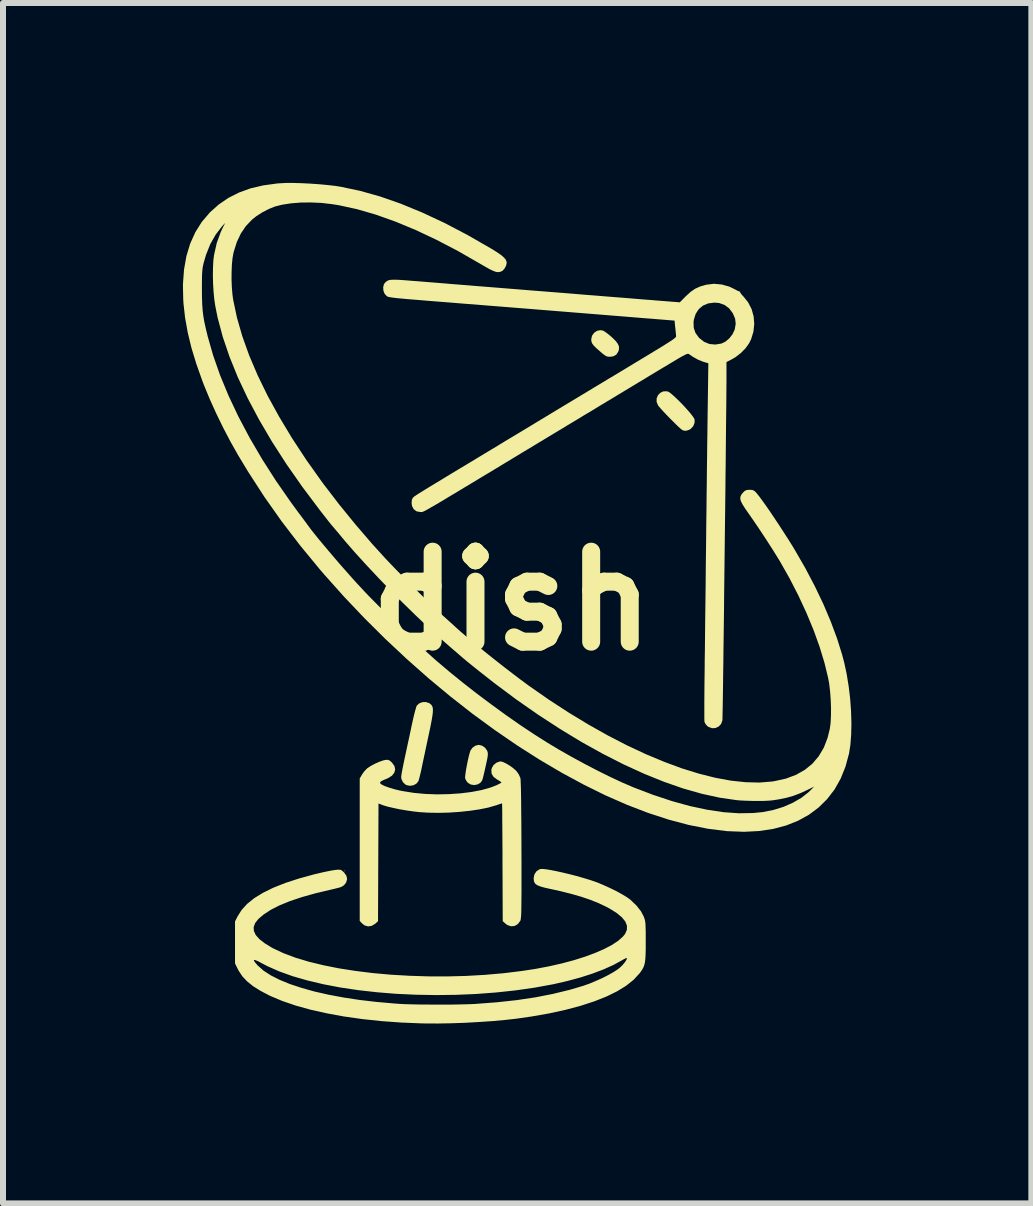
<source format=kicad_pcb>
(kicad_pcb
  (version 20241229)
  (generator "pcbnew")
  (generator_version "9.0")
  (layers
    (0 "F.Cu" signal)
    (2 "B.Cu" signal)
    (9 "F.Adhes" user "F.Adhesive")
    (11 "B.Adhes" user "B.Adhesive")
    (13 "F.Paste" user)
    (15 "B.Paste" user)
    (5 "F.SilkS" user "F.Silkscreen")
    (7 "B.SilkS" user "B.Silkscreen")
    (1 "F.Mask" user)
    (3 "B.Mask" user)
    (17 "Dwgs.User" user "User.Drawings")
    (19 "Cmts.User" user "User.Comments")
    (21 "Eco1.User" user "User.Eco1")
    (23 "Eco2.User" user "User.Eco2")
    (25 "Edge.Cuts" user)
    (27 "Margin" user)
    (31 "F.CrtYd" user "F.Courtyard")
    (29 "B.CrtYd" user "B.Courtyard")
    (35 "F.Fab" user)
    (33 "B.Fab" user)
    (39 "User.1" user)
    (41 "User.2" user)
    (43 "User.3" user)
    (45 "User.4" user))
  (footprint "dish"
    (layer "F.Cu")
    (at 5.484 6.969)
    (property "Reference" "dish" (at 0 0 0) (layer "F.SilkS") (effects (font (size 1.5 1.5) (thickness 0.3))))
    (attr board_only exclude_from_pos_files exclude_from_bom)
    (fp_poly (pts (xy -2.777 4.5) (xy -2.784 4.507) (xy -2.792 4.5) (xy -2.784 4.493)) (stroke (width 0) (type solid)) (fill yes) (layer "F.SilkS"))
    (fp_poly (pts (xy 1.52 -4.507) (xy 1.549 -4.49) (xy 1.592 -4.459) (xy 1.641 -4.419) (xy 1.667 -4.397) (xy 1.729 -4.336) (xy 1.768 -4.284) (xy 1.786 -4.238) (xy 1.784 -4.191) (xy 1.773 -4.157) (xy 1.741 -4.107) (xy 1.692 -4.079) (xy 1.633 -4.071) (xy 1.602 -4.073) (xy 1.574 -4.081) (xy 1.544 -4.099) (xy 1.503 -4.131) (xy 1.462 -4.167) (xy 1.403 -4.219) (xy 1.364 -4.258) (xy 1.34 -4.29) (xy 1.327 -4.32) (xy 1.323 -4.353) (xy 1.323 -4.366) (xy 1.336 -4.423) (xy 1.37 -4.47) (xy 1.418 -4.503) (xy 1.474 -4.515)) (stroke (width 0) (type solid)) (fill yes) (layer "F.SilkS"))
    (fp_poly (pts (xy 2.602 -3.491) (xy 2.631 -3.475) (xy 2.674 -3.44) (xy 2.728 -3.391) (xy 2.788 -3.333) (xy 2.85 -3.27) (xy 2.909 -3.205) (xy 2.963 -3.144) (xy 3.006 -3.09) (xy 3.035 -3.048) (xy 3.046 -3.025) (xy 3.045 -2.969) (xy 3.022 -2.913) (xy 2.982 -2.87) (xy 2.957 -2.855) (xy 2.911 -2.839) (xy 2.877 -2.838) (xy 2.842 -2.849) (xy 2.823 -2.863) (xy 2.787 -2.895) (xy 2.74 -2.939) (xy 2.686 -2.993) (xy 2.628 -3.051) (xy 2.571 -3.11) (xy 2.519 -3.165) (xy 2.476 -3.213) (xy 2.445 -3.249) (xy 2.436 -3.262) (xy 2.412 -3.32) (xy 2.413 -3.377) (xy 2.434 -3.429) (xy 2.472 -3.469) (xy 2.522 -3.494) (xy 2.582 -3.496)) (stroke (width 0) (type solid)) (fill yes) (layer "F.SilkS"))
    (fp_poly (pts (xy -0.498 2.412) (xy -0.448 2.446) (xy -0.414 2.493) (xy -0.413 2.495) (xy -0.405 2.518) (xy -0.401 2.541) (xy -0.402 2.57) (xy -0.407 2.611) (xy -0.419 2.67) (xy -0.436 2.748) (xy -0.453 2.824) (xy -0.469 2.892) (xy -0.482 2.946) (xy -0.492 2.98) (xy -0.493 2.986) (xy -0.524 3.03) (xy -0.572 3.058) (xy -0.629 3.069) (xy -0.685 3.06) (xy -0.732 3.033) (xy -0.761 2.997) (xy -0.779 2.959) (xy -0.779 2.958) (xy -0.78 2.93) (xy -0.774 2.88) (xy -0.765 2.815) (xy -0.751 2.741) (xy -0.736 2.665) (xy -0.72 2.594) (xy -0.704 2.534) (xy -0.69 2.491) (xy -0.69 2.491) (xy -0.658 2.447) (xy -0.61 2.413) (xy -0.556 2.399) (xy -0.552 2.399)) (stroke (width 0) (type solid)) (fill yes) (layer "F.SilkS"))
    (fp_poly (pts (xy -1.376 1.704) (xy -1.346 1.728) (xy -1.331 1.749) (xy -1.321 1.775) (xy -1.317 1.808) (xy -1.318 1.853) (xy -1.325 1.912) (xy -1.338 1.99) (xy -1.357 2.089) (xy -1.381 2.203) (xy -1.405 2.315) (xy -1.43 2.432) (xy -1.454 2.546) (xy -1.476 2.649) (xy -1.494 2.734) (xy -1.499 2.759) (xy -1.515 2.836) (xy -1.532 2.906) (xy -1.546 2.962) (xy -1.556 2.997) (xy -1.559 3.004) (xy -1.593 3.046) (xy -1.644 3.073) (xy -1.703 3.081) (xy -1.761 3.068) (xy -1.772 3.062) (xy -1.816 3.022) (xy -1.842 2.967) (xy -1.846 2.934) (xy -1.843 2.907) (xy -1.835 2.857) (xy -1.822 2.79) (xy -1.806 2.71) (xy -1.789 2.628) (xy -1.766 2.522) (xy -1.74 2.4) (xy -1.712 2.271) (xy -1.686 2.148) (xy -1.67 2.072) (xy -1.65 1.981) (xy -1.631 1.899) (xy -1.613 1.83) (xy -1.598 1.778) (xy -1.588 1.749) (xy -1.587 1.746) (xy -1.545 1.707) (xy -1.491 1.686) (xy -1.431 1.685)) (stroke (width 0) (type solid)) (fill yes) (layer "F.SilkS"))
    (fp_poly (pts (xy -2.043 2.657) (xy -2.012 2.682) (xy -2 2.694) (xy -1.959 2.75) (xy -1.946 2.807) (xy -1.96 2.862) (xy -1.999 2.912) (xy -2.063 2.953) (xy -2.092 2.965) (xy -2.153 2.991) (xy -2.188 3.011) (xy -2.199 3.03) (xy -2.188 3.049) (xy -2.175 3.058) (xy -2.126 3.083) (xy -2.055 3.109) (xy -1.967 3.136) (xy -1.869 3.16) (xy -1.817 3.17) (xy -1.635 3.199) (xy -1.442 3.217) (xy -1.245 3.224) (xy -1.048 3.22) (xy -0.856 3.207) (xy -0.673 3.184) (xy -0.505 3.152) (xy -0.356 3.11) (xy -0.258 3.072) (xy -0.215 3.051) (xy -0.185 3.035) (xy -0.174 3.026) (xy -0.186 3.014) (xy -0.216 2.994) (xy -0.246 2.977) (xy -0.306 2.932) (xy -0.338 2.88) (xy -0.343 2.82) (xy -0.334 2.783) (xy -0.304 2.733) (xy -0.256 2.695) (xy -0.201 2.676) (xy -0.188 2.675) (xy -0.149 2.684) (xy -0.097 2.709) (xy -0.038 2.744) (xy 0.018 2.784) (xy 0.066 2.826) (xy 0.075 2.835) (xy 0.113 2.888) (xy 0.139 2.945) (xy 0.142 2.955) (xy 0.145 2.981) (xy 0.147 3.035) (xy 0.15 3.116) (xy 0.152 3.221) (xy 0.154 3.349) (xy 0.155 3.5) (xy 0.157 3.67) (xy 0.158 3.86) (xy 0.159 4.068) (xy 0.159 4.153) (xy 0.16 4.364) (xy 0.16 4.548) (xy 0.16 4.707) (xy 0.16 4.842) (xy 0.159 4.956) (xy 0.158 5.051) (xy 0.157 5.128) (xy 0.156 5.189) (xy 0.154 5.237) (xy 0.151 5.273) (xy 0.148 5.299) (xy 0.145 5.318) (xy 0.141 5.33) (xy 0.139 5.334) (xy 0.097 5.388) (xy 0.044 5.418) (xy -0.016 5.423) (xy -0.076 5.402) (xy -0.105 5.381) (xy -0.153 5.338) (xy -0.157 4.356) (xy -0.157 4.19) (xy -0.158 4.032) (xy -0.159 3.886) (xy -0.16 3.754) (xy -0.161 3.637) (xy -0.161 3.539) (xy -0.162 3.461) (xy -0.163 3.407) (xy -0.164 3.378) (xy -0.164 3.373) (xy -0.178 3.378) (xy -0.213 3.389) (xy -0.262 3.406) (xy -0.276 3.41) (xy -0.397 3.445) (xy -0.541 3.474) (xy -0.702 3.498) (xy -0.874 3.516) (xy -1.051 3.528) (xy -1.228 3.532) (xy -1.399 3.529) (xy -1.541 3.52) (xy -1.646 3.508) (xy -1.757 3.492) (xy -1.869 3.473) (xy -1.974 3.451) (xy -2.066 3.43) (xy -2.137 3.409) (xy -2.152 3.404) (xy -2.224 3.376) (xy -2.228 4.357) (xy -2.232 5.338) (xy -2.279 5.381) (xy -2.337 5.416) (xy -2.398 5.425) (xy -2.457 5.408) (xy -2.494 5.379) (xy -2.537 5.334) (xy -2.537 4.146) (xy -2.537 2.959) (xy -2.498 2.892) (xy -2.464 2.844) (xy -2.423 2.8) (xy -2.407 2.786) (xy -2.351 2.749) (xy -2.283 2.713) (xy -2.211 2.681) (xy -2.146 2.658) (xy -2.109 2.65) (xy -2.071 2.648)) (stroke (width 0) (type solid)) (fill yes) (layer "F.SilkS"))
    (fp_poly (pts (xy 0.57 4.473) (xy 0.649 4.486) (xy 0.744 4.505) (xy 0.849 4.528) (xy 0.962 4.555) (xy 1.078 4.585) (xy 1.193 4.618) (xy 1.303 4.651) (xy 1.33 4.66) (xy 1.427 4.694) (xy 1.531 4.738) (xy 1.639 4.787) (xy 1.743 4.838) (xy 1.837 4.89) (xy 1.916 4.938) (xy 1.975 4.98) (xy 1.978 4.983) (xy 2.079 5.08) (xy 2.153 5.175) (xy 2.199 5.263) (xy 2.209 5.291) (xy 2.217 5.319) (xy 2.223 5.351) (xy 2.227 5.392) (xy 2.229 5.447) (xy 2.231 5.519) (xy 2.231 5.614) (xy 2.231 5.67) (xy 2.231 5.791) (xy 2.229 5.886) (xy 2.225 5.962) (xy 2.218 6.021) (xy 2.207 6.07) (xy 2.191 6.111) (xy 2.169 6.15) (xy 2.141 6.191) (xy 2.125 6.211) (xy 2.029 6.315) (xy 1.905 6.414) (xy 1.754 6.507) (xy 1.577 6.594) (xy 1.375 6.674) (xy 1.148 6.748) (xy 0.897 6.815) (xy 0.624 6.875) (xy 0.328 6.927) (xy 0.071 6.964) (xy -0.117 6.985) (xy -0.326 7.004) (xy -0.55 7.019) (xy -0.78 7.032) (xy -1.01 7.04) (xy -1.232 7.044) (xy -1.438 7.043) (xy -1.505 7.042) (xy -1.845 7.028) (xy -2.175 7.004) (xy -2.494 6.97) (xy -2.799 6.927) (xy -3.087 6.874) (xy -3.356 6.814) (xy -3.604 6.745) (xy -3.829 6.668) (xy -4.028 6.584) (xy -4.037 6.58) (xy -4.188 6.501) (xy -4.313 6.423) (xy -4.414 6.342) (xy -4.494 6.257) (xy -4.554 6.166) (xy -4.568 6.14) (xy -4.616 6.042) (xy -4.616 5.984) (xy -4.3 5.984) (xy -4.3 5.999) (xy -4.277 6.032) (xy -4.233 6.082) (xy -4.232 6.082) (xy -4.139 6.164) (xy -4.018 6.242) (xy -3.872 6.316) (xy -3.701 6.386) (xy -3.508 6.45) (xy -3.294 6.51) (xy -3.061 6.563) (xy -2.809 6.61) (xy -2.541 6.651) (xy -2.259 6.684) (xy -1.963 6.71) (xy -1.883 6.716) (xy -1.793 6.721) (xy -1.68 6.724) (xy -1.549 6.727) (xy -1.406 6.728) (xy -1.257 6.729) (xy -1.107 6.729) (xy -0.962 6.728) (xy -0.827 6.725) (xy -0.71 6.722) (xy -0.614 6.718) (xy -0.603 6.717) (xy -0.249 6.69) (xy 0.082 6.654) (xy 0.39 6.608) (xy 0.681 6.551) (xy 0.957 6.484) (xy 1.185 6.417) (xy 1.288 6.381) (xy 1.396 6.336) (xy 1.504 6.288) (xy 1.605 6.237) (xy 1.695 6.186) (xy 1.766 6.14) (xy 1.8 6.113) (xy 1.844 6.07) (xy 1.881 6.026) (xy 1.907 5.987) (xy 1.917 5.96) (xy 1.915 5.952) (xy 1.9 5.955) (xy 1.868 5.971) (xy 1.835 5.99) (xy 1.694 6.067) (xy 1.528 6.142) (xy 1.34 6.213) (xy 1.134 6.279) (xy 0.914 6.338) (xy 0.691 6.389) (xy 0.38 6.446) (xy 0.059 6.492) (xy -0.268 6.527) (xy -0.601 6.552) (xy -0.935 6.566) (xy -1.27 6.57) (xy -1.602 6.564) (xy -1.929 6.549) (xy -2.249 6.523) (xy -2.559 6.488) (xy -2.857 6.444) (xy -3.14 6.39) (xy -3.406 6.327) (xy -3.653 6.256) (xy -3.877 6.176) (xy -4.078 6.087) (xy -4.162 6.043) (xy -4.231 6.006) (xy -4.277 5.987) (xy -4.3 5.984) (xy -4.616 5.984) (xy -4.616 5.692) (xy -4.616 5.343) (xy -4.574 5.259) (xy -4.506 5.151) (xy -4.414 5.05) (xy -4.295 4.954) (xy -4.15 4.865) (xy -3.979 4.781) (xy -3.781 4.702) (xy -3.554 4.628) (xy -3.3 4.558) (xy -3.239 4.544) (xy -3.156 4.524) (xy -3.075 4.507) (xy -3.004 4.493) (xy -2.95 4.485) (xy -2.938 4.483) (xy -2.889 4.479) (xy -2.858 4.482) (xy -2.833 4.494) (xy -2.805 4.52) (xy -2.799 4.525) (xy -2.759 4.581) (xy -2.747 4.637) (xy -2.764 4.693) (xy -2.788 4.726) (xy -2.808 4.745) (xy -2.831 4.76) (xy -2.864 4.774) (xy -2.913 4.787) (xy -2.982 4.804) (xy -3.017 4.812) (xy -3.274 4.873) (xy -3.502 4.937) (xy -3.702 5.004) (xy -3.876 5.075) (xy -4.022 5.15) (xy -4.142 5.229) (xy -4.228 5.303) (xy -4.28 5.369) (xy -4.305 5.435) (xy -4.302 5.501) (xy -4.271 5.568) (xy -4.211 5.636) (xy -4.123 5.705) (xy -4.006 5.777) (xy -3.98 5.791) (xy -3.808 5.872) (xy -3.61 5.946) (xy -3.388 6.013) (xy -3.146 6.072) (xy -2.886 6.124) (xy -2.61 6.167) (xy -2.321 6.203) (xy -2.021 6.23) (xy -1.713 6.248) (xy -1.4 6.258) (xy -1.084 6.259) (xy -0.767 6.251) (xy -0.452 6.233) (xy -0.142 6.206) (xy 0.161 6.169) (xy 0.385 6.135) (xy 0.613 6.092) (xy 0.829 6.043) (xy 1.032 5.989) (xy 1.219 5.93) (xy 1.389 5.867) (xy 1.538 5.802) (xy 1.666 5.735) (xy 1.771 5.666) (xy 1.85 5.596) (xy 1.887 5.55) (xy 1.917 5.482) (xy 1.918 5.414) (xy 1.891 5.344) (xy 1.834 5.274) (xy 1.749 5.203) (xy 1.634 5.131) (xy 1.573 5.098) (xy 1.444 5.037) (xy 1.307 4.982) (xy 1.157 4.931) (xy 0.99 4.883) (xy 0.802 4.836) (xy 0.662 4.805) (xy 0.561 4.783) (xy 0.486 4.763) (xy 0.433 4.743) (xy 0.397 4.721) (xy 0.376 4.695) (xy 0.366 4.662) (xy 0.363 4.62) (xy 0.363 4.617) (xy 0.376 4.556) (xy 0.411 4.505) (xy 0.463 4.472) (xy 0.475 4.469) (xy 0.511 4.467)) (stroke (width 0) (type solid)) (fill yes) (layer "F.SilkS"))
    (fp_poly (pts (xy -1.936 -5.356) (xy -1.87 -5.353) (xy -1.783 -5.347) (xy -1.674 -5.338) (xy -1.566 -5.33) (xy -1.447 -5.32) (xy -1.307 -5.309) (xy -1.146 -5.296) (xy -0.968 -5.281) (xy -0.776 -5.266) (xy -0.571 -5.249) (xy -0.356 -5.232) (xy -0.134 -5.214) (xy 0.093 -5.196) (xy 0.323 -5.177) (xy 0.553 -5.159) (xy 0.781 -5.141) (xy 1.004 -5.123) (xy 1.22 -5.105) (xy 1.426 -5.089) (xy 1.62 -5.073) (xy 1.8 -5.059) (xy 1.963 -5.046) (xy 2.106 -5.034) (xy 2.228 -5.024) (xy 2.325 -5.017) (xy 2.392 -5.011) (xy 2.799 -4.979) (xy 2.901 -5.082) (xy 2.98 -5.154) (xy 3.056 -5.206) (xy 3.141 -5.244) (xy 3.239 -5.272) (xy 3.368 -5.288) (xy 3.5 -5.276) (xy 3.629 -5.239) (xy 3.722 -5.193) (xy 3.761 -5.172) (xy 3.79 -5.16) (xy 3.799 -5.159) (xy 3.806 -5.154) (xy 3.804 -5.15) (xy 3.81 -5.135) (xy 3.832 -5.106) (xy 3.859 -5.077) (xy 3.938 -4.979) (xy 3.996 -4.866) (xy 4.03 -4.744) (xy 4.04 -4.616) (xy 4.026 -4.488) (xy 3.988 -4.364) (xy 3.954 -4.296) (xy 3.895 -4.213) (xy 3.817 -4.134) (xy 3.728 -4.065) (xy 3.666 -4.029) (xy 3.577 -3.983) (xy 3.577 -3.784) (xy 3.577 -3.728) (xy 3.577 -3.647) (xy 3.576 -3.543) (xy 3.575 -3.418) (xy 3.574 -3.272) (xy 3.572 -3.109) (xy 3.57 -2.928) (xy 3.568 -2.733) (xy 3.566 -2.525) (xy 3.564 -2.305) (xy 3.561 -2.076) (xy 3.559 -1.838) (xy 3.556 -1.595) (xy 3.553 -1.346) (xy 3.55 -1.095) (xy 3.547 -0.842) (xy 3.544 -0.59) (xy 3.541 -0.34) (xy 3.538 -0.094) (xy 3.536 0.146) (xy 3.533 0.379) (xy 3.53 0.603) (xy 3.527 0.817) (xy 3.525 1.018) (xy 3.522 1.205) (xy 3.52 1.376) (xy 3.518 1.53) (xy 3.516 1.665) (xy 3.514 1.779) (xy 3.512 1.87) (xy 3.511 1.937) (xy 3.51 1.978) (xy 3.509 1.99) (xy 3.488 2.05) (xy 3.447 2.093) (xy 3.394 2.118) (xy 3.336 2.121) (xy 3.279 2.1) (xy 3.26 2.087) (xy 3.229 2.053) (xy 3.211 2.018) (xy 3.21 2.014) (xy 3.209 1.993) (xy 3.208 1.946) (xy 3.208 1.875) (xy 3.208 1.782) (xy 3.208 1.671) (xy 3.209 1.542) (xy 3.21 1.4) (xy 3.212 1.246) (xy 3.214 1.083) (xy 3.214 1.007) (xy 3.217 0.838) (xy 3.219 0.645) (xy 3.221 0.431) (xy 3.224 0.202) (xy 3.227 -0.039) (xy 3.23 -0.286) (xy 3.232 -0.536) (xy 3.235 -0.784) (xy 3.238 -1.025) (xy 3.24 -1.256) (xy 3.241 -1.33) (xy 3.244 -1.545) (xy 3.246 -1.764) (xy 3.249 -1.984) (xy 3.251 -2.201) (xy 3.254 -2.413) (xy 3.256 -2.614) (xy 3.259 -2.803) (xy 3.261 -2.976) (xy 3.263 -3.128) (xy 3.265 -3.258) (xy 3.266 -3.33) (xy 3.275 -3.963) (xy 3.19 -3.988) (xy 3.106 -4.021) (xy 3.015 -4.072) (xy 2.95 -4.117) (xy 2.936 -4.121) (xy 2.915 -4.117) (xy 2.882 -4.102) (xy 2.833 -4.076) (xy 2.764 -4.036) (xy 2.748 -4.026) (xy 2.678 -3.984) (xy 2.614 -3.946) (xy 2.56 -3.913) (xy 2.522 -3.891) (xy 2.516 -3.888) (xy 2.494 -3.874) (xy 2.45 -3.848) (xy 2.386 -3.809) (xy 2.304 -3.76) (xy 2.207 -3.701) (xy 2.097 -3.635) (xy 1.977 -3.562) (xy 1.849 -3.485) (xy 1.759 -3.431) (xy 1.627 -3.351) (xy 1.5 -3.275) (xy 1.382 -3.203) (xy 1.274 -3.138) (xy 1.18 -3.082) (xy 1.102 -3.034) (xy 1.042 -2.998) (xy 1.002 -2.974) (xy 0.989 -2.966) (xy 0.965 -2.952) (xy 0.918 -2.924) (xy 0.852 -2.883) (xy 0.767 -2.832) (xy 0.667 -2.772) (xy 0.554 -2.704) (xy 0.43 -2.629) (xy 0.298 -2.549) (xy 0.159 -2.466) (xy 0.145 -2.457) (xy -0.088 -2.316) (xy -0.298 -2.189) (xy -0.486 -2.076) (xy -0.653 -1.975) (xy -0.8 -1.887) (xy -0.928 -1.809) (xy -1.04 -1.743) (xy -1.135 -1.685) (xy -1.216 -1.637) (xy -1.284 -1.597) (xy -1.34 -1.565) (xy -1.385 -1.539) (xy -1.421 -1.519) (xy -1.448 -1.504) (xy -1.47 -1.494) (xy -1.485 -1.487) (xy -1.496 -1.484) (xy -1.505 -1.482) (xy -1.512 -1.482) (xy -1.519 -1.483) (xy -1.526 -1.483) (xy -1.528 -1.483) (xy -1.591 -1.495) (xy -1.638 -1.531) (xy -1.666 -1.585) (xy -1.672 -1.636) (xy -1.668 -1.686) (xy -1.652 -1.719) (xy -1.639 -1.732) (xy -1.629 -1.741) (xy -1.611 -1.753) (xy -1.586 -1.77) (xy -1.55 -1.793) (xy -1.503 -1.822) (xy -1.442 -1.86) (xy -1.367 -1.906) (xy -1.276 -1.961) (xy -1.167 -2.027) (xy -1.039 -2.105) (xy -0.89 -2.195) (xy -0.718 -2.298) (xy -0.596 -2.372) (xy -0.508 -2.425) (xy -0.399 -2.491) (xy -0.272 -2.567) (xy -0.133 -2.652) (xy 0.017 -2.742) (xy 0.172 -2.835) (xy 0.329 -2.93) (xy 0.484 -3.024) (xy 0.582 -3.083) (xy 0.729 -3.172) (xy 0.878 -3.262) (xy 1.025 -3.35) (xy 1.165 -3.435) (xy 1.297 -3.514) (xy 1.417 -3.587) (xy 1.521 -3.649) (xy 1.606 -3.701) (xy 1.657 -3.731) (xy 1.847 -3.845) (xy 2.012 -3.945) (xy 2.156 -4.032) (xy 2.279 -4.106) (xy 2.384 -4.17) (xy 2.472 -4.223) (xy 2.544 -4.268) (xy 2.601 -4.304) (xy 2.646 -4.333) (xy 2.68 -4.356) (xy 2.705 -4.374) (xy 2.721 -4.388) (xy 2.731 -4.398) (xy 2.736 -4.406) (xy 2.737 -4.413) (xy 2.737 -4.42) (xy 2.737 -4.421) (xy 2.734 -4.453) (xy 2.729 -4.503) (xy 2.723 -4.561) (xy 2.722 -4.565) (xy 2.714 -4.65) (xy 3.028 -4.65) (xy 3.031 -4.554) (xy 3.06 -4.469) (xy 3.117 -4.391) (xy 3.122 -4.385) (xy 3.203 -4.321) (xy 3.293 -4.284) (xy 3.392 -4.275) (xy 3.495 -4.292) (xy 3.562 -4.325) (xy 3.625 -4.379) (xy 3.678 -4.447) (xy 3.713 -4.522) (xy 3.715 -4.528) (xy 3.731 -4.621) (xy 3.721 -4.707) (xy 3.684 -4.794) (xy 3.682 -4.798) (xy 3.62 -4.88) (xy 3.544 -4.936) (xy 3.453 -4.968) (xy 3.376 -4.974) (xy 3.273 -4.961) (xy 3.185 -4.924) (xy 3.114 -4.864) (xy 3.063 -4.785) (xy 3.033 -4.688) (xy 3.028 -4.65) (xy 2.714 -4.65) (xy 2.712 -4.674) (xy 2.493 -4.692) (xy 2.427 -4.697) (xy 2.337 -4.705) (xy 2.228 -4.713) (xy 2.105 -4.723) (xy 1.973 -4.734) (xy 1.838 -4.745) (xy 1.723 -4.754) (xy 1.586 -4.765) (xy 1.428 -4.778) (xy 1.253 -4.792) (xy 1.069 -4.807) (xy 0.882 -4.822) (xy 0.698 -4.837) (xy 0.525 -4.851) (xy 0.458 -4.856) (xy 0.291 -4.87) (xy 0.111 -4.884) (xy -0.076 -4.899) (xy -0.262 -4.914) (xy -0.441 -4.928) (xy -0.607 -4.942) (xy -0.754 -4.953) (xy -0.807 -4.957) (xy -1.025 -4.975) (xy -1.216 -4.99) (xy -1.382 -5.003) (xy -1.525 -5.015) (xy -1.646 -5.025) (xy -1.747 -5.033) (xy -1.83 -5.041) (xy -1.898 -5.047) (xy -1.952 -5.053) (xy -1.993 -5.058) (xy -2.024 -5.063) (xy -2.047 -5.067) (xy -2.063 -5.071) (xy -2.074 -5.076) (xy -2.083 -5.08) (xy -2.085 -5.082) (xy -2.121 -5.12) (xy -2.142 -5.172) (xy -2.146 -5.229) (xy -2.134 -5.28) (xy -2.111 -5.311) (xy -2.092 -5.326) (xy -2.074 -5.339) (xy -2.052 -5.348) (xy -2.024 -5.353) (xy -1.987 -5.356)) (stroke (width 0) (type solid)) (fill yes) (layer "F.SilkS"))
    (fp_poly (pts (xy -3.507 -6.965) (xy -3.364 -6.958) (xy -3.219 -6.948) (xy -3.08 -6.935) (xy -2.953 -6.921) (xy -2.857 -6.906) (xy -2.534 -6.838) (xy -2.199 -6.744) (xy -1.852 -6.623) (xy -1.493 -6.475) (xy -1.123 -6.302) (xy -0.741 -6.102) (xy -0.348 -5.876) (xy -0.336 -5.869) (xy -0.245 -5.812) (xy -0.177 -5.765) (xy -0.131 -5.724) (xy -0.102 -5.689) (xy -0.089 -5.654) (xy -0.087 -5.636) (xy -0.097 -5.59) (xy -0.122 -5.543) (xy -0.154 -5.507) (xy -0.169 -5.498) (xy -0.2 -5.486) (xy -0.232 -5.482) (xy -0.268 -5.487) (xy -0.311 -5.503) (xy -0.368 -5.53) (xy -0.441 -5.571) (xy -0.521 -5.617) (xy -0.893 -5.831) (xy -1.255 -6.02) (xy -1.605 -6.185) (xy -1.943 -6.325) (xy -2.269 -6.441) (xy -2.583 -6.532) (xy -2.882 -6.597) (xy -3.001 -6.616) (xy -3.174 -6.636) (xy -3.35 -6.644) (xy -3.522 -6.642) (xy -3.685 -6.629) (xy -3.832 -6.606) (xy -3.947 -6.577) (xy -4.05 -6.536) (xy -4.157 -6.481) (xy -4.258 -6.417) (xy -4.332 -6.358) (xy -4.435 -6.25) (xy -4.519 -6.126) (xy -4.586 -5.984) (xy -4.638 -5.819) (xy -4.641 -5.807) (xy -4.657 -5.72) (xy -4.668 -5.611) (xy -4.673 -5.488) (xy -4.674 -5.359) (xy -4.669 -5.23) (xy -4.659 -5.11) (xy -4.647 -5.023) (xy -4.584 -4.725) (xy -4.495 -4.415) (xy -4.38 -4.094) (xy -4.239 -3.763) (xy -4.074 -3.424) (xy -3.883 -3.076) (xy -3.669 -2.72) (xy -3.431 -2.357) (xy -3.169 -1.988) (xy -3.135 -1.942) (xy -2.881 -1.611) (xy -2.609 -1.277) (xy -2.329 -0.951) (xy -2.112 -0.712) (xy -2.033 -0.629) (xy -1.941 -0.533) (xy -1.838 -0.428) (xy -1.729 -0.318) (xy -1.617 -0.206) (xy -1.507 -0.097) (xy -1.401 0.007) (xy -1.304 0.1) (xy -1.219 0.181) (xy -1.151 0.244) (xy -1.148 0.246) (xy -1.086 0.302) (xy -1.026 0.356) (xy -0.973 0.404) (xy -0.935 0.439) (xy -0.931 0.443) (xy -0.855 0.511) (xy -0.76 0.592) (xy -0.649 0.685) (xy -0.526 0.786) (xy -0.395 0.892) (xy -0.26 0.999) (xy -0.124 1.106) (xy 0.009 1.208) (xy 0.134 1.303) (xy 0.249 1.388) (xy 0.287 1.416) (xy 0.62 1.648) (xy 0.951 1.863) (xy 1.279 2.062) (xy 1.603 2.244) (xy 1.921 2.408) (xy 2.233 2.554) (xy 2.537 2.681) (xy 2.832 2.79) (xy 3.116 2.878) (xy 3.389 2.947) (xy 3.649 2.995) (xy 3.894 3.021) (xy 4.124 3.027) (xy 4.337 3.01) (xy 4.38 3.003) (xy 4.569 2.961) (xy 4.737 2.898) (xy 4.884 2.815) (xy 5.01 2.712) (xy 5.115 2.588) (xy 5.2 2.445) (xy 5.263 2.281) (xy 5.3 2.13) (xy 5.313 2.034) (xy 5.319 1.917) (xy 5.32 1.786) (xy 5.315 1.649) (xy 5.305 1.513) (xy 5.29 1.384) (xy 5.273 1.287) (xy 5.211 1.032) (xy 5.129 0.762) (xy 5.028 0.482) (xy 4.909 0.196) (xy 4.775 -0.093) (xy 4.627 -0.381) (xy 4.467 -0.663) (xy 4.356 -0.843) (xy 4.242 -1.02) (xy 4.132 -1.187) (xy 4.029 -1.339) (xy 3.944 -1.461) (xy 3.885 -1.546) (xy 3.843 -1.613) (xy 3.817 -1.665) (xy 3.807 -1.707) (xy 3.811 -1.743) (xy 3.828 -1.777) (xy 3.852 -1.806) (xy 3.884 -1.837) (xy 3.916 -1.85) (xy 3.962 -1.854) (xy 3.962 -1.854) (xy 4.005 -1.851) (xy 4.035 -1.84) (xy 4.065 -1.814) (xy 4.081 -1.796) (xy 4.121 -1.746) (xy 4.173 -1.676) (xy 4.236 -1.588) (xy 4.306 -1.487) (xy 4.381 -1.375) (xy 4.459 -1.258) (xy 4.537 -1.137) (xy 4.613 -1.019) (xy 4.684 -0.905) (xy 4.721 -0.843) (xy 4.893 -0.545) (xy 5.05 -0.246) (xy 5.192 0.051) (xy 5.315 0.341) (xy 5.42 0.623) (xy 5.504 0.891) (xy 5.539 1.023) (xy 5.581 1.217) (xy 5.614 1.421) (xy 5.639 1.629) (xy 5.654 1.836) (xy 5.66 2.037) (xy 5.656 2.226) (xy 5.643 2.398) (xy 5.62 2.544) (xy 5.561 2.762) (xy 5.481 2.961) (xy 5.379 3.142) (xy 5.256 3.302) (xy 5.113 3.443) (xy 4.951 3.564) (xy 4.77 3.664) (xy 4.571 3.743) (xy 4.355 3.8) (xy 4.121 3.835) (xy 3.872 3.848) (xy 3.607 3.838) (xy 3.584 3.837) (xy 3.272 3.798) (xy 2.948 3.734) (xy 2.614 3.645) (xy 2.27 3.533) (xy 1.919 3.398) (xy 1.561 3.241) (xy 1.198 3.062) (xy 0.83 2.863) (xy 0.46 2.645) (xy 0.088 2.408) (xy -0.285 2.152) (xy -0.657 1.88) (xy -1.026 1.591) (xy -1.393 1.286) (xy -1.754 0.966) (xy -2.11 0.633) (xy -2.459 0.286) (xy -2.8 -0.073) (xy -3.131 -0.444) (xy -3.199 -0.523) (xy -3.53 -0.925) (xy -3.838 -1.327) (xy -4.126 -1.735) (xy -4.399 -2.157) (xy -4.567 -2.435) (xy -4.69 -2.653) (xy -4.812 -2.886) (xy -4.93 -3.128) (xy -5.038 -3.367) (xy -5.133 -3.597) (xy -5.162 -3.673) (xy -5.262 -3.956) (xy -5.343 -4.222) (xy -5.404 -4.475) (xy -5.448 -4.719) (xy -5.475 -4.958) (xy -5.479 -5.023) (xy -5.483 -5.198) (xy -5.168 -5.198) (xy -5.167 -5.063) (xy -5.163 -4.95) (xy -5.156 -4.849) (xy -5.145 -4.754) (xy -5.128 -4.655) (xy -5.104 -4.546) (xy -5.073 -4.418) (xy -5.072 -4.413) (xy -4.98 -4.092) (xy -4.864 -3.761) (xy -4.723 -3.42) (xy -4.559 -3.073) (xy -4.372 -2.72) (xy -4.164 -2.364) (xy -3.935 -2.006) (xy -3.687 -1.649) (xy -3.556 -1.47) (xy -3.505 -1.403) (xy -3.46 -1.342) (xy -3.422 -1.291) (xy -3.397 -1.256) (xy -3.388 -1.244) (xy -3.348 -1.19) (xy -3.291 -1.118) (xy -3.22 -1.03) (xy -3.138 -0.932) (xy -3.048 -0.825) (xy -2.953 -0.713) (xy -2.856 -0.6) (xy -2.758 -0.489) (xy -2.664 -0.383) (xy -2.576 -0.286) (xy -2.51 -0.215) (xy -2.444 -0.144) (xy -2.364 -0.061) (xy -2.273 0.031) (xy -2.176 0.129) (xy -2.076 0.23) (xy -1.975 0.329) (xy -1.878 0.425) (xy -1.788 0.512) (xy -1.709 0.589) (xy -1.643 0.651) (xy -1.599 0.691) (xy -1.547 0.737) (xy -1.495 0.784) (xy -1.452 0.823) (xy -1.447 0.828) (xy -1.259 0.996) (xy -1.049 1.174) (xy -0.824 1.357) (xy -0.587 1.542) (xy -0.343 1.725) (xy -0.098 1.903) (xy 0.144 2.072) (xy 0.379 2.228) (xy 0.589 2.361) (xy 0.789 2.481) (xy 1 2.601) (xy 1.216 2.718) (xy 1.431 2.83) (xy 1.639 2.933) (xy 1.836 3.025) (xy 2.015 3.102) (xy 2.029 3.108) (xy 2.354 3.232) (xy 2.668 3.336) (xy 2.968 3.419) (xy 3.255 3.48) (xy 3.527 3.521) (xy 3.782 3.539) (xy 4.021 3.535) (xy 4.184 3.519) (xy 4.359 3.484) (xy 4.528 3.432) (xy 4.685 3.363) (xy 4.825 3.282) (xy 4.944 3.189) (xy 4.98 3.154) (xy 5.038 3.094) (xy 4.936 3.145) (xy 4.816 3.201) (xy 4.702 3.245) (xy 4.586 3.279) (xy 4.457 3.306) (xy 4.34 3.324) (xy 4.281 3.329) (xy 4.201 3.333) (xy 4.106 3.334) (xy 4.006 3.333) (xy 3.906 3.33) (xy 3.815 3.326) (xy 3.753 3.321) (xy 3.468 3.28) (xy 3.17 3.215) (xy 2.859 3.127) (xy 2.537 3.015) (xy 2.205 2.881) (xy 1.864 2.725) (xy 1.516 2.548) (xy 1.161 2.351) (xy 0.802 2.133) (xy 0.439 1.897) (xy 0.073 1.642) (xy -0.294 1.368) (xy -0.545 1.171) (xy -0.617 1.113) (xy -0.683 1.06) (xy -0.74 1.014) (xy -0.783 0.978) (xy -0.807 0.958) (xy -0.834 0.935) (xy -0.878 0.897) (xy -0.932 0.85) (xy -0.993 0.798) (xy -1.01 0.783) (xy -1.198 0.619) (xy -1.397 0.436) (xy -1.604 0.24) (xy -1.815 0.034) (xy -2.025 -0.177) (xy -2.229 -0.389) (xy -2.425 -0.598) (xy -2.608 -0.799) (xy -2.773 -0.988) (xy -2.828 -1.054) (xy -2.879 -1.116) (xy -2.925 -1.17) (xy -2.962 -1.214) (xy -2.986 -1.242) (xy -2.992 -1.249) (xy -3.007 -1.266) (xy -3.036 -1.302) (xy -3.077 -1.354) (xy -3.127 -1.418) (xy -3.184 -1.491) (xy -3.205 -1.518) (xy -3.494 -1.903) (xy -3.759 -2.282) (xy -3.999 -2.655) (xy -4.214 -3.021) (xy -4.404 -3.379) (xy -4.569 -3.729) (xy -4.707 -4.07) (xy -4.82 -4.402) (xy -4.906 -4.724) (xy -4.945 -4.918) (xy -4.962 -5.032) (xy -4.974 -5.16) (xy -4.982 -5.296) (xy -4.985 -5.433) (xy -4.983 -5.563) (xy -4.977 -5.678) (xy -4.966 -5.766) (xy -4.921 -5.966) (xy -4.855 -6.148) (xy -4.825 -6.213) (xy -4.78 -6.303) (xy -4.833 -6.245) (xy -4.939 -6.107) (xy -5.028 -5.95) (xy -5.099 -5.772) (xy -5.137 -5.642) (xy -5.148 -5.597) (xy -5.156 -5.554) (xy -5.161 -5.507) (xy -5.165 -5.452) (xy -5.167 -5.383) (xy -5.168 -5.295) (xy -5.168 -5.198) (xy -5.483 -5.198) (xy -5.484 -5.283) (xy -5.466 -5.526) (xy -5.426 -5.751) (xy -5.363 -5.959) (xy -5.277 -6.149) (xy -5.169 -6.321) (xy -5.038 -6.474) (xy -5.035 -6.478) (xy -4.888 -6.609) (xy -4.728 -6.719) (xy -4.552 -6.808) (xy -4.36 -6.878) (xy -4.148 -6.928) (xy -3.916 -6.96) (xy -3.86 -6.964) (xy -3.762 -6.969) (xy -3.642 -6.969)) (stroke (width 0) (type solid)) (fill yes) (layer "F.SilkS")))
  (gr_rect
    (start -3 -3)
    (end 14.144 17.012)
    (stroke (width 0.1) (type default))
    (fill no)
    (layer "Edge.Cuts")))
</source>
